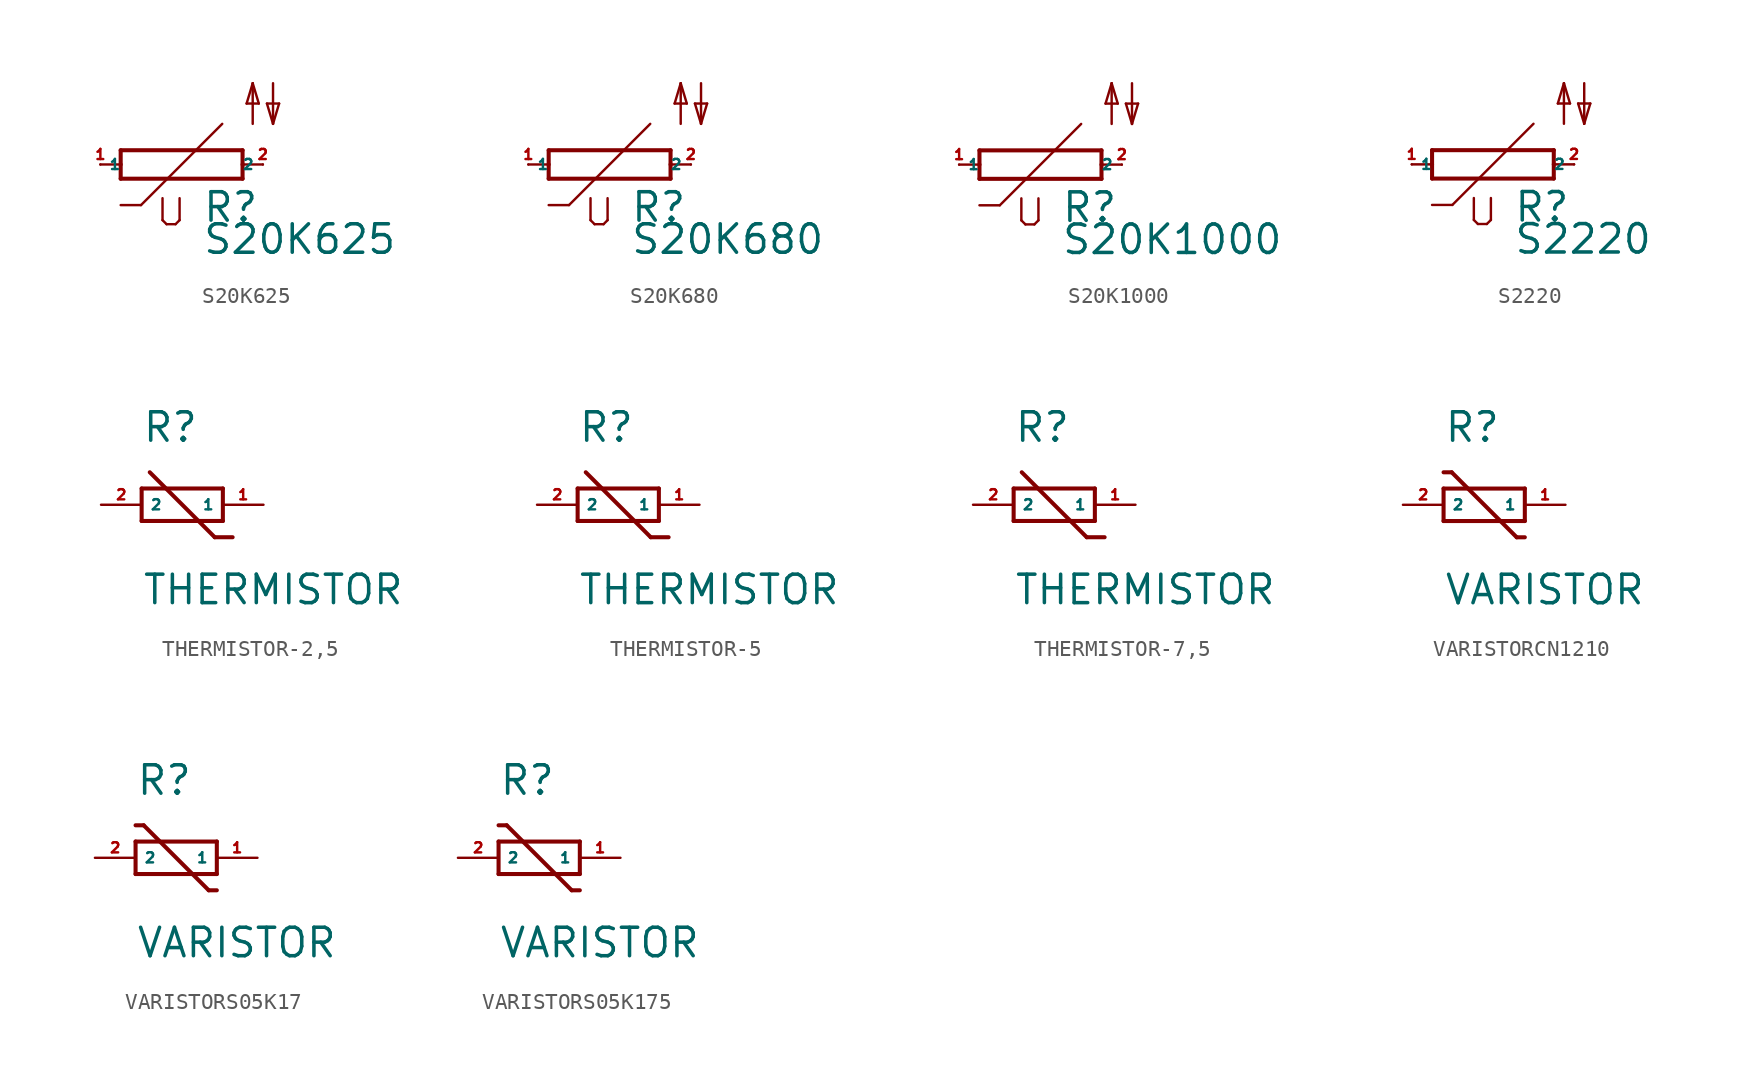
<source format=kicad_sym>
(kicad_symbol_lib
  (version 20220914)
  (generator Eagle2Kicad)
  (symbol "S20K625"
    (property "Reference" "R"
      (at 1.27 -3.708 0)
      (effects (font (size 1.778 1.778) (thickness 0.22)) (justify left bottom)))
    (property "Value" "S20K625"
      (at 1.27 -5.715 0)
      (effects (font (size 1.778 1.778) (thickness 0.22)) (justify left bottom)))
    (polyline
      (pts (xy -3.81 -0.889) (xy 3.81 -0.889))
      (stroke (width 0.254) (type default))
      (fill (type none)))
    (polyline
      (pts (xy 3.81 -0.889) (xy 3.81 0))
      (stroke (width 0.254) (type default))
      (fill (type none)))
    (polyline
      (pts (xy 3.81 0.889) (xy -3.81 0.889))
      (stroke (width 0.254) (type default))
      (fill (type none)))
    (polyline
      (pts (xy -3.81 -0.889) (xy -3.81 0))
      (stroke (width 0.254) (type default))
      (fill (type none)))
    (polyline
      (pts (xy 3.81 0) (xy 5.08 0))
      (stroke (width 0.152) (type default))
      (fill (type none)))
    (polyline
      (pts (xy 3.81 0) (xy 3.81 0.889))
      (stroke (width 0.254) (type default))
      (fill (type none)))
    (polyline
      (pts (xy -5.08 0) (xy -3.81 0))
      (stroke (width 0.152) (type default))
      (fill (type none)))
    (polyline
      (pts (xy -3.81 0) (xy -3.81 0.889))
      (stroke (width 0.254) (type default))
      (fill (type none)))
    (polyline
      (pts (xy 2.54 2.54) (xy -2.54 -2.54))
      (stroke (width 0.152) (type default))
      (fill (type none)))
    (polyline
      (pts (xy -2.54 -2.54) (xy -3.81 -2.54))
      (stroke (width 0.152) (type default))
      (fill (type none)))
    (polyline
      (pts (xy -1.194 -2.108) (xy -1.194 -3.48))
      (stroke (width 0.152) (type default))
      (fill (type none)))
    (polyline
      (pts (xy -0.94 -3.734) (xy -1.194 -3.48))
      (stroke (width 0.152) (type default))
      (fill (type none)))
    (polyline
      (pts (xy -0.94 -3.734) (xy -0.381 -3.734))
      (stroke (width 0.152) (type default))
      (fill (type none)))
    (polyline
      (pts (xy -0.127 -3.48) (xy -0.381 -3.734))
      (stroke (width 0.152) (type default))
      (fill (type none)))
    (polyline
      (pts (xy -0.127 -3.48) (xy -0.127 -2.108))
      (stroke (width 0.152) (type default))
      (fill (type none)))
    (polyline
      (pts (xy 5.715 5.08) (xy 5.715 2.54))
      (stroke (width 0.152) (type default))
      (fill (type none)))
    (polyline
      (pts (xy 5.715 2.54) (xy 6.096 3.81))
      (stroke (width 0.152) (type default))
      (fill (type none)))
    (polyline
      (pts (xy 6.096 3.81) (xy 5.334 3.81))
      (stroke (width 0.152) (type default))
      (fill (type none)))
    (polyline
      (pts (xy 5.334 3.81) (xy 5.715 2.54))
      (stroke (width 0.152) (type default))
      (fill (type none)))
    (polyline
      (pts (xy 4.445 2.54) (xy 4.445 5.08))
      (stroke (width 0.152) (type default))
      (fill (type none)))
    (polyline
      (pts (xy 4.445 5.08) (xy 4.826 3.81))
      (stroke (width 0.152) (type default))
      (fill (type none)))
    (polyline
      (pts (xy 4.826 3.81) (xy 4.064 3.81))
      (stroke (width 0.152) (type default))
      (fill (type none)))
    (polyline
      (pts (xy 4.064 3.81) (xy 4.445 5.08))
      (stroke (width 0.152) (type default))
      (fill (type none)))
    (pin passive line
      (at 5.08 0 180)
      (length 0)
      (name "2" (effects (font (size 0.635 0.635) (thickness 0.08)) (justify left bottom)))
      (number "2" (effects (font (size 0.635 0.635) (thickness 0.08)) (justify left bottom))))
    (pin passive line
      (at -5.08 0 0)
      (length 0)
      (name "1" (effects (font (size 0.635 0.635) (thickness 0.08)) (justify left bottom)))
      (number "1" (effects (font (size 0.635 0.635) (thickness 0.08)) (justify left bottom)))))
  (symbol "S20K680"
    (property "Reference" "R"
      (at 1.27 -3.708 0)
      (effects (font (size 1.778 1.778) (thickness 0.22)) (justify left bottom)))
    (property "Value" "S20K680"
      (at 1.27 -5.715 0)
      (effects (font (size 1.778 1.778) (thickness 0.22)) (justify left bottom)))
    (polyline
      (pts (xy -3.81 -0.889) (xy 3.81 -0.889))
      (stroke (width 0.254) (type default))
      (fill (type none)))
    (polyline
      (pts (xy 3.81 -0.889) (xy 3.81 0))
      (stroke (width 0.254) (type default))
      (fill (type none)))
    (polyline
      (pts (xy 3.81 0.889) (xy -3.81 0.889))
      (stroke (width 0.254) (type default))
      (fill (type none)))
    (polyline
      (pts (xy -3.81 -0.889) (xy -3.81 0))
      (stroke (width 0.254) (type default))
      (fill (type none)))
    (polyline
      (pts (xy 3.81 0) (xy 5.08 0))
      (stroke (width 0.152) (type default))
      (fill (type none)))
    (polyline
      (pts (xy 3.81 0) (xy 3.81 0.889))
      (stroke (width 0.254) (type default))
      (fill (type none)))
    (polyline
      (pts (xy -5.08 0) (xy -3.81 0))
      (stroke (width 0.152) (type default))
      (fill (type none)))
    (polyline
      (pts (xy -3.81 0) (xy -3.81 0.889))
      (stroke (width 0.254) (type default))
      (fill (type none)))
    (polyline
      (pts (xy 2.54 2.54) (xy -2.54 -2.54))
      (stroke (width 0.152) (type default))
      (fill (type none)))
    (polyline
      (pts (xy -2.54 -2.54) (xy -3.81 -2.54))
      (stroke (width 0.152) (type default))
      (fill (type none)))
    (polyline
      (pts (xy -1.194 -2.108) (xy -1.194 -3.48))
      (stroke (width 0.152) (type default))
      (fill (type none)))
    (polyline
      (pts (xy -0.94 -3.734) (xy -1.194 -3.48))
      (stroke (width 0.152) (type default))
      (fill (type none)))
    (polyline
      (pts (xy -0.94 -3.734) (xy -0.381 -3.734))
      (stroke (width 0.152) (type default))
      (fill (type none)))
    (polyline
      (pts (xy -0.127 -3.48) (xy -0.381 -3.734))
      (stroke (width 0.152) (type default))
      (fill (type none)))
    (polyline
      (pts (xy -0.127 -3.48) (xy -0.127 -2.108))
      (stroke (width 0.152) (type default))
      (fill (type none)))
    (polyline
      (pts (xy 5.715 5.08) (xy 5.715 2.54))
      (stroke (width 0.152) (type default))
      (fill (type none)))
    (polyline
      (pts (xy 5.715 2.54) (xy 6.096 3.81))
      (stroke (width 0.152) (type default))
      (fill (type none)))
    (polyline
      (pts (xy 6.096 3.81) (xy 5.334 3.81))
      (stroke (width 0.152) (type default))
      (fill (type none)))
    (polyline
      (pts (xy 5.334 3.81) (xy 5.715 2.54))
      (stroke (width 0.152) (type default))
      (fill (type none)))
    (polyline
      (pts (xy 4.445 2.54) (xy 4.445 5.08))
      (stroke (width 0.152) (type default))
      (fill (type none)))
    (polyline
      (pts (xy 4.445 5.08) (xy 4.826 3.81))
      (stroke (width 0.152) (type default))
      (fill (type none)))
    (polyline
      (pts (xy 4.826 3.81) (xy 4.064 3.81))
      (stroke (width 0.152) (type default))
      (fill (type none)))
    (polyline
      (pts (xy 4.064 3.81) (xy 4.445 5.08))
      (stroke (width 0.152) (type default))
      (fill (type none)))
    (pin passive line
      (at 5.08 0 180)
      (length 0)
      (name "2" (effects (font (size 0.635 0.635) (thickness 0.08)) (justify left bottom)))
      (number "2" (effects (font (size 0.635 0.635) (thickness 0.08)) (justify left bottom))))
    (pin passive line
      (at -5.08 0 0)
      (length 0)
      (name "1" (effects (font (size 0.635 0.635) (thickness 0.08)) (justify left bottom)))
      (number "1" (effects (font (size 0.635 0.635) (thickness 0.08)) (justify left bottom)))))
  (symbol "S20K1000"
    (property "Reference" "R"
      (at 1.27 -3.708 0)
      (effects (font (size 1.778 1.778) (thickness 0.22)) (justify left bottom)))
    (property "Value" "S20K1000"
      (at 1.27 -5.715 0)
      (effects (font (size 1.778 1.778) (thickness 0.22)) (justify left bottom)))
    (polyline
      (pts (xy -3.81 -0.889) (xy 3.81 -0.889))
      (stroke (width 0.254) (type default))
      (fill (type none)))
    (polyline
      (pts (xy 3.81 -0.889) (xy 3.81 0))
      (stroke (width 0.254) (type default))
      (fill (type none)))
    (polyline
      (pts (xy 3.81 0.889) (xy -3.81 0.889))
      (stroke (width 0.254) (type default))
      (fill (type none)))
    (polyline
      (pts (xy -3.81 -0.889) (xy -3.81 0))
      (stroke (width 0.254) (type default))
      (fill (type none)))
    (polyline
      (pts (xy 3.81 0) (xy 5.08 0))
      (stroke (width 0.152) (type default))
      (fill (type none)))
    (polyline
      (pts (xy 3.81 0) (xy 3.81 0.889))
      (stroke (width 0.254) (type default))
      (fill (type none)))
    (polyline
      (pts (xy -5.08 0) (xy -3.81 0))
      (stroke (width 0.152) (type default))
      (fill (type none)))
    (polyline
      (pts (xy -3.81 0) (xy -3.81 0.889))
      (stroke (width 0.254) (type default))
      (fill (type none)))
    (polyline
      (pts (xy 2.54 2.54) (xy -2.54 -2.54))
      (stroke (width 0.152) (type default))
      (fill (type none)))
    (polyline
      (pts (xy -2.54 -2.54) (xy -3.81 -2.54))
      (stroke (width 0.152) (type default))
      (fill (type none)))
    (polyline
      (pts (xy -1.194 -2.108) (xy -1.194 -3.48))
      (stroke (width 0.152) (type default))
      (fill (type none)))
    (polyline
      (pts (xy -0.94 -3.734) (xy -1.194 -3.48))
      (stroke (width 0.152) (type default))
      (fill (type none)))
    (polyline
      (pts (xy -0.94 -3.734) (xy -0.381 -3.734))
      (stroke (width 0.152) (type default))
      (fill (type none)))
    (polyline
      (pts (xy -0.127 -3.48) (xy -0.381 -3.734))
      (stroke (width 0.152) (type default))
      (fill (type none)))
    (polyline
      (pts (xy -0.127 -3.48) (xy -0.127 -2.108))
      (stroke (width 0.152) (type default))
      (fill (type none)))
    (polyline
      (pts (xy 5.715 5.08) (xy 5.715 2.54))
      (stroke (width 0.152) (type default))
      (fill (type none)))
    (polyline
      (pts (xy 5.715 2.54) (xy 6.096 3.81))
      (stroke (width 0.152) (type default))
      (fill (type none)))
    (polyline
      (pts (xy 6.096 3.81) (xy 5.334 3.81))
      (stroke (width 0.152) (type default))
      (fill (type none)))
    (polyline
      (pts (xy 5.334 3.81) (xy 5.715 2.54))
      (stroke (width 0.152) (type default))
      (fill (type none)))
    (polyline
      (pts (xy 4.445 2.54) (xy 4.445 5.08))
      (stroke (width 0.152) (type default))
      (fill (type none)))
    (polyline
      (pts (xy 4.445 5.08) (xy 4.826 3.81))
      (stroke (width 0.152) (type default))
      (fill (type none)))
    (polyline
      (pts (xy 4.826 3.81) (xy 4.064 3.81))
      (stroke (width 0.152) (type default))
      (fill (type none)))
    (polyline
      (pts (xy 4.064 3.81) (xy 4.445 5.08))
      (stroke (width 0.152) (type default))
      (fill (type none)))
    (pin passive line
      (at 5.08 0 180)
      (length 0)
      (name "2" (effects (font (size 0.635 0.635) (thickness 0.08)) (justify left bottom)))
      (number "2" (effects (font (size 0.635 0.635) (thickness 0.08)) (justify left bottom))))
    (pin passive line
      (at -5.08 0 0)
      (length 0)
      (name "1" (effects (font (size 0.635 0.635) (thickness 0.08)) (justify left bottom)))
      (number "1" (effects (font (size 0.635 0.635) (thickness 0.08)) (justify left bottom)))))
  (symbol "S2220"
    (property "Reference" "R"
      (at 1.27 -3.708 0)
      (effects (font (size 1.778 1.778) (thickness 0.22)) (justify left bottom)))
    (property "Value" "S2220"
      (at 1.27 -5.715 0)
      (effects (font (size 1.778 1.778) (thickness 0.22)) (justify left bottom)))
    (polyline
      (pts (xy -3.81 -0.889) (xy 3.81 -0.889))
      (stroke (width 0.254) (type default))
      (fill (type none)))
    (polyline
      (pts (xy 3.81 -0.889) (xy 3.81 0))
      (stroke (width 0.254) (type default))
      (fill (type none)))
    (polyline
      (pts (xy 3.81 0.889) (xy -3.81 0.889))
      (stroke (width 0.254) (type default))
      (fill (type none)))
    (polyline
      (pts (xy -3.81 -0.889) (xy -3.81 0))
      (stroke (width 0.254) (type default))
      (fill (type none)))
    (polyline
      (pts (xy 3.81 0) (xy 5.08 0))
      (stroke (width 0.152) (type default))
      (fill (type none)))
    (polyline
      (pts (xy 3.81 0) (xy 3.81 0.889))
      (stroke (width 0.254) (type default))
      (fill (type none)))
    (polyline
      (pts (xy -5.08 0) (xy -3.81 0))
      (stroke (width 0.152) (type default))
      (fill (type none)))
    (polyline
      (pts (xy -3.81 0) (xy -3.81 0.889))
      (stroke (width 0.254) (type default))
      (fill (type none)))
    (polyline
      (pts (xy 2.54 2.54) (xy -2.54 -2.54))
      (stroke (width 0.152) (type default))
      (fill (type none)))
    (polyline
      (pts (xy -2.54 -2.54) (xy -3.81 -2.54))
      (stroke (width 0.152) (type default))
      (fill (type none)))
    (polyline
      (pts (xy -1.194 -2.108) (xy -1.194 -3.48))
      (stroke (width 0.152) (type default))
      (fill (type none)))
    (polyline
      (pts (xy -0.94 -3.734) (xy -1.194 -3.48))
      (stroke (width 0.152) (type default))
      (fill (type none)))
    (polyline
      (pts (xy -0.94 -3.734) (xy -0.381 -3.734))
      (stroke (width 0.152) (type default))
      (fill (type none)))
    (polyline
      (pts (xy -0.127 -3.48) (xy -0.381 -3.734))
      (stroke (width 0.152) (type default))
      (fill (type none)))
    (polyline
      (pts (xy -0.127 -3.48) (xy -0.127 -2.108))
      (stroke (width 0.152) (type default))
      (fill (type none)))
    (polyline
      (pts (xy 5.715 5.08) (xy 5.715 2.54))
      (stroke (width 0.152) (type default))
      (fill (type none)))
    (polyline
      (pts (xy 5.715 2.54) (xy 6.096 3.81))
      (stroke (width 0.152) (type default))
      (fill (type none)))
    (polyline
      (pts (xy 6.096 3.81) (xy 5.334 3.81))
      (stroke (width 0.152) (type default))
      (fill (type none)))
    (polyline
      (pts (xy 5.334 3.81) (xy 5.715 2.54))
      (stroke (width 0.152) (type default))
      (fill (type none)))
    (polyline
      (pts (xy 4.445 2.54) (xy 4.445 5.08))
      (stroke (width 0.152) (type default))
      (fill (type none)))
    (polyline
      (pts (xy 4.445 5.08) (xy 4.826 3.81))
      (stroke (width 0.152) (type default))
      (fill (type none)))
    (polyline
      (pts (xy 4.826 3.81) (xy 4.064 3.81))
      (stroke (width 0.152) (type default))
      (fill (type none)))
    (polyline
      (pts (xy 4.064 3.81) (xy 4.445 5.08))
      (stroke (width 0.152) (type default))
      (fill (type none)))
    (pin passive line
      (at 5.08 0 180)
      (length 0)
      (name "2" (effects (font (size 0.635 0.635) (thickness 0.08)) (justify left bottom)))
      (number "2" (effects (font (size 0.635 0.635) (thickness 0.08)) (justify left bottom))))
    (pin passive line
      (at -5.08 0 0)
      (length 0)
      (name "1" (effects (font (size 0.635 0.635) (thickness 0.08)) (justify left bottom)))
      (number "1" (effects (font (size 0.635 0.635) (thickness 0.08)) (justify left bottom)))))
  (symbol "THERMISTOR-2,5"
    (property "Reference" "R"
      (at -2.54 3.81 0)
      (effects (font (size 1.778 1.778) (thickness 0.22)) (justify left bottom)))
    (property "Value" "THERMISTOR"
      (at -2.54 -6.35 0)
      (effects (font (size 1.778 1.778) (thickness 0.22)) (justify left bottom)))
    (polyline
      (pts (xy 2.54 1.016) (xy 2.54 -1.016))
      (stroke (width 0.254) (type default))
      (fill (type none)))
    (polyline
      (pts (xy 2.54 -1.016) (xy -2.54 -1.016))
      (stroke (width 0.254) (type default))
      (fill (type none)))
    (polyline
      (pts (xy -2.54 -1.016) (xy -2.54 1.016))
      (stroke (width 0.254) (type default))
      (fill (type none)))
    (polyline
      (pts (xy -2.54 1.016) (xy 2.54 1.016))
      (stroke (width 0.254) (type default))
      (fill (type none)))
    (polyline
      (pts (xy 3.15 -2.032) (xy 2.032 -2.032))
      (stroke (width 0.254) (type default))
      (fill (type none)))
    (polyline
      (pts (xy 2.032 -2.032) (xy -2.032 2.032))
      (stroke (width 0.254) (type default))
      (fill (type none)))
    (pin passive line
      (at 5.08 0 180)
      (length 2.54)
      (name "1" (effects (font (size 0.635 0.635) (thickness 0.08)) (justify left bottom)))
      (number "1" (effects (font (size 0.635 0.635) (thickness 0.08)) (justify left bottom))))
    (pin passive line
      (at -5.08 0 0)
      (length 2.54)
      (name "2" (effects (font (size 0.635 0.635) (thickness 0.08)) (justify left bottom)))
      (number "2" (effects (font (size 0.635 0.635) (thickness 0.08)) (justify left bottom)))))
  (symbol "THERMISTOR-5"
    (property "Reference" "R"
      (at -2.54 3.81 0)
      (effects (font (size 1.778 1.778) (thickness 0.22)) (justify left bottom)))
    (property "Value" "THERMISTOR"
      (at -2.54 -6.35 0)
      (effects (font (size 1.778 1.778) (thickness 0.22)) (justify left bottom)))
    (polyline
      (pts (xy 2.54 1.016) (xy 2.54 -1.016))
      (stroke (width 0.254) (type default))
      (fill (type none)))
    (polyline
      (pts (xy 2.54 -1.016) (xy -2.54 -1.016))
      (stroke (width 0.254) (type default))
      (fill (type none)))
    (polyline
      (pts (xy -2.54 -1.016) (xy -2.54 1.016))
      (stroke (width 0.254) (type default))
      (fill (type none)))
    (polyline
      (pts (xy -2.54 1.016) (xy 2.54 1.016))
      (stroke (width 0.254) (type default))
      (fill (type none)))
    (polyline
      (pts (xy 3.15 -2.032) (xy 2.032 -2.032))
      (stroke (width 0.254) (type default))
      (fill (type none)))
    (polyline
      (pts (xy 2.032 -2.032) (xy -2.032 2.032))
      (stroke (width 0.254) (type default))
      (fill (type none)))
    (pin passive line
      (at 5.08 0 180)
      (length 2.54)
      (name "1" (effects (font (size 0.635 0.635) (thickness 0.08)) (justify left bottom)))
      (number "1" (effects (font (size 0.635 0.635) (thickness 0.08)) (justify left bottom))))
    (pin passive line
      (at -5.08 0 0)
      (length 2.54)
      (name "2" (effects (font (size 0.635 0.635) (thickness 0.08)) (justify left bottom)))
      (number "2" (effects (font (size 0.635 0.635) (thickness 0.08)) (justify left bottom)))))
  (symbol "THERMISTOR-7,5"
    (property "Reference" "R"
      (at -2.54 3.81 0)
      (effects (font (size 1.778 1.778) (thickness 0.22)) (justify left bottom)))
    (property "Value" "THERMISTOR"
      (at -2.54 -6.35 0)
      (effects (font (size 1.778 1.778) (thickness 0.22)) (justify left bottom)))
    (polyline
      (pts (xy 2.54 1.016) (xy 2.54 -1.016))
      (stroke (width 0.254) (type default))
      (fill (type none)))
    (polyline
      (pts (xy 2.54 -1.016) (xy -2.54 -1.016))
      (stroke (width 0.254) (type default))
      (fill (type none)))
    (polyline
      (pts (xy -2.54 -1.016) (xy -2.54 1.016))
      (stroke (width 0.254) (type default))
      (fill (type none)))
    (polyline
      (pts (xy -2.54 1.016) (xy 2.54 1.016))
      (stroke (width 0.254) (type default))
      (fill (type none)))
    (polyline
      (pts (xy 3.15 -2.032) (xy 2.032 -2.032))
      (stroke (width 0.254) (type default))
      (fill (type none)))
    (polyline
      (pts (xy 2.032 -2.032) (xy -2.032 2.032))
      (stroke (width 0.254) (type default))
      (fill (type none)))
    (pin passive line
      (at 5.08 0 180)
      (length 2.54)
      (name "1" (effects (font (size 0.635 0.635) (thickness 0.08)) (justify left bottom)))
      (number "1" (effects (font (size 0.635 0.635) (thickness 0.08)) (justify left bottom))))
    (pin passive line
      (at -5.08 0 0)
      (length 2.54)
      (name "2" (effects (font (size 0.635 0.635) (thickness 0.08)) (justify left bottom)))
      (number "2" (effects (font (size 0.635 0.635) (thickness 0.08)) (justify left bottom)))))
  (symbol "VARISTORCN1210"
    (property "Reference" "R"
      (at -2.54 3.81 0)
      (effects (font (size 1.778 1.778) (thickness 0.22)) (justify left bottom)))
    (property "Value" "VARISTOR"
      (at -2.54 -6.35 0)
      (effects (font (size 1.778 1.778) (thickness 0.22)) (justify left bottom)))
    (polyline
      (pts (xy 2.54 1.016) (xy 2.54 -1.016))
      (stroke (width 0.254) (type default))
      (fill (type none)))
    (polyline
      (pts (xy 2.54 -1.016) (xy -2.54 -1.016))
      (stroke (width 0.254) (type default))
      (fill (type none)))
    (polyline
      (pts (xy -2.54 -1.016) (xy -2.54 1.016))
      (stroke (width 0.254) (type default))
      (fill (type none)))
    (polyline
      (pts (xy -2.54 1.016) (xy 2.54 1.016))
      (stroke (width 0.254) (type default))
      (fill (type none)))
    (polyline
      (pts (xy 2.54 -2.032) (xy 2.032 -2.032))
      (stroke (width 0.254) (type default))
      (fill (type none)))
    (polyline
      (pts (xy -2.032 2.032) (xy -2.54 2.032))
      (stroke (width 0.254) (type default))
      (fill (type none)))
    (polyline
      (pts (xy 2.032 -2.032) (xy -2.032 2.032))
      (stroke (width 0.254) (type default))
      (fill (type none)))
    (pin passive line
      (at 5.08 0 180)
      (length 2.54)
      (name "1" (effects (font (size 0.635 0.635) (thickness 0.08)) (justify left bottom)))
      (number "1" (effects (font (size 0.635 0.635) (thickness 0.08)) (justify left bottom))))
    (pin passive line
      (at -5.08 0 0)
      (length 2.54)
      (name "2" (effects (font (size 0.635 0.635) (thickness 0.08)) (justify left bottom)))
      (number "2" (effects (font (size 0.635 0.635) (thickness 0.08)) (justify left bottom)))))
  (symbol "VARISTORS05K17"
    (property "Reference" "R"
      (at -2.54 3.81 0)
      (effects (font (size 1.778 1.778) (thickness 0.22)) (justify left bottom)))
    (property "Value" "VARISTOR"
      (at -2.54 -6.35 0)
      (effects (font (size 1.778 1.778) (thickness 0.22)) (justify left bottom)))
    (polyline
      (pts (xy 2.54 1.016) (xy 2.54 -1.016))
      (stroke (width 0.254) (type default))
      (fill (type none)))
    (polyline
      (pts (xy 2.54 -1.016) (xy -2.54 -1.016))
      (stroke (width 0.254) (type default))
      (fill (type none)))
    (polyline
      (pts (xy -2.54 -1.016) (xy -2.54 1.016))
      (stroke (width 0.254) (type default))
      (fill (type none)))
    (polyline
      (pts (xy -2.54 1.016) (xy 2.54 1.016))
      (stroke (width 0.254) (type default))
      (fill (type none)))
    (polyline
      (pts (xy 2.54 -2.032) (xy 2.032 -2.032))
      (stroke (width 0.254) (type default))
      (fill (type none)))
    (polyline
      (pts (xy -2.032 2.032) (xy -2.54 2.032))
      (stroke (width 0.254) (type default))
      (fill (type none)))
    (polyline
      (pts (xy 2.032 -2.032) (xy -2.032 2.032))
      (stroke (width 0.254) (type default))
      (fill (type none)))
    (pin passive line
      (at 5.08 0 180)
      (length 2.54)
      (name "1" (effects (font (size 0.635 0.635) (thickness 0.08)) (justify left bottom)))
      (number "1" (effects (font (size 0.635 0.635) (thickness 0.08)) (justify left bottom))))
    (pin passive line
      (at -5.08 0 0)
      (length 2.54)
      (name "2" (effects (font (size 0.635 0.635) (thickness 0.08)) (justify left bottom)))
      (number "2" (effects (font (size 0.635 0.635) (thickness 0.08)) (justify left bottom)))))
  (symbol "VARISTORS05K175"
    (property "Reference" "R"
      (at -2.54 3.81 0)
      (effects (font (size 1.778 1.778) (thickness 0.22)) (justify left bottom)))
    (property "Value" "VARISTOR"
      (at -2.54 -6.35 0)
      (effects (font (size 1.778 1.778) (thickness 0.22)) (justify left bottom)))
    (polyline
      (pts (xy 2.54 1.016) (xy 2.54 -1.016))
      (stroke (width 0.254) (type default))
      (fill (type none)))
    (polyline
      (pts (xy 2.54 -1.016) (xy -2.54 -1.016))
      (stroke (width 0.254) (type default))
      (fill (type none)))
    (polyline
      (pts (xy -2.54 -1.016) (xy -2.54 1.016))
      (stroke (width 0.254) (type default))
      (fill (type none)))
    (polyline
      (pts (xy -2.54 1.016) (xy 2.54 1.016))
      (stroke (width 0.254) (type default))
      (fill (type none)))
    (polyline
      (pts (xy 2.54 -2.032) (xy 2.032 -2.032))
      (stroke (width 0.254) (type default))
      (fill (type none)))
    (polyline
      (pts (xy -2.032 2.032) (xy -2.54 2.032))
      (stroke (width 0.254) (type default))
      (fill (type none)))
    (polyline
      (pts (xy 2.032 -2.032) (xy -2.032 2.032))
      (stroke (width 0.254) (type default))
      (fill (type none)))
    (pin passive line
      (at 5.08 0 180)
      (length 2.54)
      (name "1" (effects (font (size 0.635 0.635) (thickness 0.08)) (justify left bottom)))
      (number "1" (effects (font (size 0.635 0.635) (thickness 0.08)) (justify left bottom))))
    (pin passive line
      (at -5.08 0 0)
      (length 2.54)
      (name "2" (effects (font (size 0.635 0.635) (thickness 0.08)) (justify left bottom)))
      (number "2" (effects (font (size 0.635 0.635) (thickness 0.08)) (justify left bottom))))))
</source>
